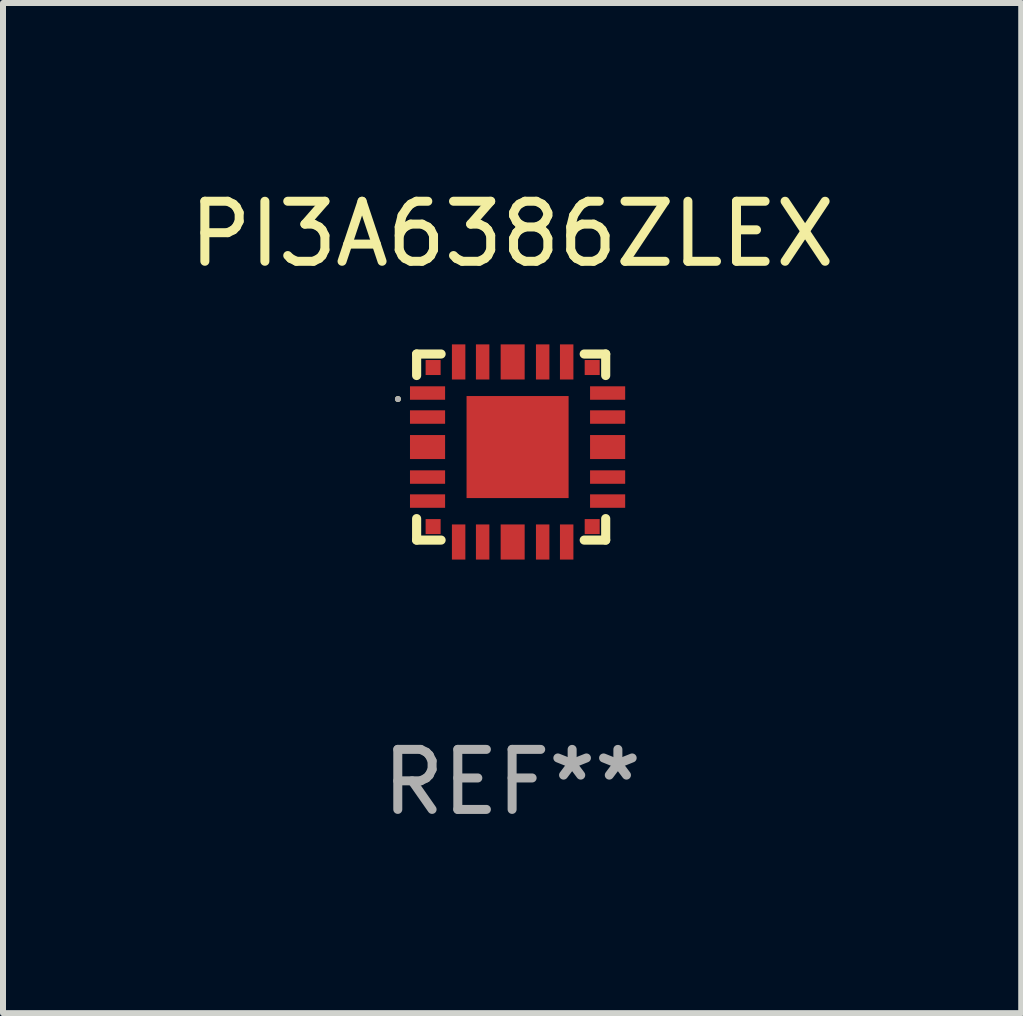
<source format=kicad_pcb>
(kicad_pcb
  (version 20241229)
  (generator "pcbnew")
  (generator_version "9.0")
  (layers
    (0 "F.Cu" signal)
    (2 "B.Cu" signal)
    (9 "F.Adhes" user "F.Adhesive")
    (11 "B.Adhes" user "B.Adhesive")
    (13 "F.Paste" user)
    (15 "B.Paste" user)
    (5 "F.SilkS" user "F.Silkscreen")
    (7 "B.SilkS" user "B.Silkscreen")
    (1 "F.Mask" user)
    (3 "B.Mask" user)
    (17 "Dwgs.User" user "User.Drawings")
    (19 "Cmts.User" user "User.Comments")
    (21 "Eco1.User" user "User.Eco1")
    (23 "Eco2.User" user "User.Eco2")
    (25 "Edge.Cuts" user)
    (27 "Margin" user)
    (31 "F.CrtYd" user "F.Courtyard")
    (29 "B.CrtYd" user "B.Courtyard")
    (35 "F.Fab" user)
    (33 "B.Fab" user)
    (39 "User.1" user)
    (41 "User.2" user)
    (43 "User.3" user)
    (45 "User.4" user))
  (footprint "PI3A6386ZLEX"
    (layer "F.Cu")
    (at 5.482 4.414)
    (property "Reference" "PI3A6386ZLEX" (at 0 -3.566 0) (layer "F.SilkS") (effects (font (size 1 1) (thickness 0.15))))
    (attr through_hole)
    (fp_line (start -1.591 -1.566) (end -1.183 -1.566) (stroke (width 0.152) (type solid)) (layer "F.SilkS"))
    (fp_line (start -1.591 -1.208) (end -1.591 -1.566) (stroke (width 0.152) (type solid)) (layer "F.SilkS"))
    (fp_line (start -1.591 1.534) (end -1.591 1.176) (stroke (width 0.152) (type solid)) (layer "F.SilkS"))
    (fp_line (start -1.183 1.534) (end -1.591 1.534) (stroke (width 0.152) (type solid)) (layer "F.SilkS"))
    (fp_line (start 1.201 -1.566) (end 1.559 -1.566) (stroke (width 0.152) (type solid)) (layer "F.SilkS"))
    (fp_line (start 1.559 -1.566) (end 1.559 -1.208) (stroke (width 0.152) (type solid)) (layer "F.SilkS"))
    (fp_line (start 1.559 1.176) (end 1.559 1.534) (stroke (width 0.152) (type solid)) (layer "F.SilkS"))
    (fp_line (start 1.559 1.534) (end 1.201 1.534) (stroke (width 0.152) (type solid)) (layer "F.SilkS"))
    (fp_circle (center -1.902 -0.816) (end -1.877 -0.816) (stroke (width 0.05) (type solid)) (fill no) (layer "F.SilkS"))
    (fp_circle (center -1.902 -0.816) (end -1.877 -0.816) (stroke (width 0.05) (type solid)) (fill no) (layer "F.Fab"))
    (fp_text user "REF**" (at 0 5.566 0) (layer "F.Fab") (effects (font (size 1 1) (thickness 0.15))))
    (pad "1" smd rect (at -1.409 -0.916) (size 0.585 0.224) (layers "F.Cu" "F.Mask" "F.Paste"))
    (pad "2" smd rect (at -1.409 -0.516) (size 0.585 0.224) (layers "F.Cu" "F.Mask" "F.Paste"))
    (pad "3" smd rect (at -1.409 -0.016) (size 0.585 0.4) (layers "F.Cu" "F.Mask" "F.Paste"))
    (pad "4" smd rect (at -1.409 0.484) (size 0.585 0.224) (layers "F.Cu" "F.Mask" "F.Paste"))
    (pad "5" smd rect (at -1.409 0.884) (size 0.585 0.224) (layers "F.Cu" "F.Mask" "F.Paste"))
    (pad "6" smd rect (at -1.316 1.309) (size 0.25 0.25) (layers "F.Cu" "F.Mask" "F.Paste"))
    (pad "7" smd rect (at -0.891 1.566) (size 0.224 0.585) (layers "F.Cu" "F.Mask" "F.Paste"))
    (pad "8" smd rect (at -0.491 1.566) (size 0.224 0.585) (layers "F.Cu" "F.Mask" "F.Paste"))
    (pad "9" smd rect (at 0.009 1.566) (size 0.4 0.585) (layers "F.Cu" "F.Mask" "F.Paste"))
    (pad "10" smd rect (at 0.509 1.566) (size 0.224 0.585) (layers "F.Cu" "F.Mask" "F.Paste"))
    (pad "11" smd rect (at 0.909 1.566) (size 0.224 0.585) (layers "F.Cu" "F.Mask" "F.Paste"))
    (pad "12" smd rect (at 1.334 1.309) (size 0.25 0.25) (layers "F.Cu" "F.Mask" "F.Paste"))
    (pad "13" smd rect (at 1.591 0.884) (size 0.585 0.224) (layers "F.Cu" "F.Mask" "F.Paste"))
    (pad "14" smd rect (at 1.591 0.484) (size 0.585 0.224) (layers "F.Cu" "F.Mask" "F.Paste"))
    (pad "15" smd rect (at 1.591 -0.016) (size 0.585 0.4) (layers "F.Cu" "F.Mask" "F.Paste"))
    (pad "16" smd rect (at 1.591 -0.516) (size 0.585 0.224) (layers "F.Cu" "F.Mask" "F.Paste"))
    (pad "17" smd rect (at 1.591 -0.916) (size 0.585 0.224) (layers "F.Cu" "F.Mask" "F.Paste"))
    (pad "18" smd rect (at 1.334 -1.341) (size 0.25 0.25) (layers "F.Cu" "F.Mask" "F.Paste"))
    (pad "19" smd rect (at 0.909 -1.434) (size 0.224 0.585) (layers "F.Cu" "F.Mask" "F.Paste"))
    (pad "20" smd rect (at 0.509 -1.434) (size 0.224 0.585) (layers "F.Cu" "F.Mask" "F.Paste"))
    (pad "21" smd rect (at 0.009 -1.434) (size 0.4 0.585) (layers "F.Cu" "F.Mask" "F.Paste"))
    (pad "22" smd rect (at -0.491 -1.434) (size 0.224 0.585) (layers "F.Cu" "F.Mask" "F.Paste"))
    (pad "23" smd rect (at -0.891 -1.434) (size 0.224 0.585) (layers "F.Cu" "F.Mask" "F.Paste"))
    (pad "24" smd rect (at -1.316 -1.341) (size 0.25 0.25) (layers "F.Cu" "F.Mask" "F.Paste"))
    (pad "25" smd rect (at 0.091 -0.016) (size 1.7 1.7) (layers "F.Cu" "F.Mask" "F.Paste")))
  (gr_rect
    (start -3 -3)
    (end 13.964 13.829)
    (stroke (width 0.1) (type default))
    (fill no)
    (layer "Edge.Cuts")))
</source>
